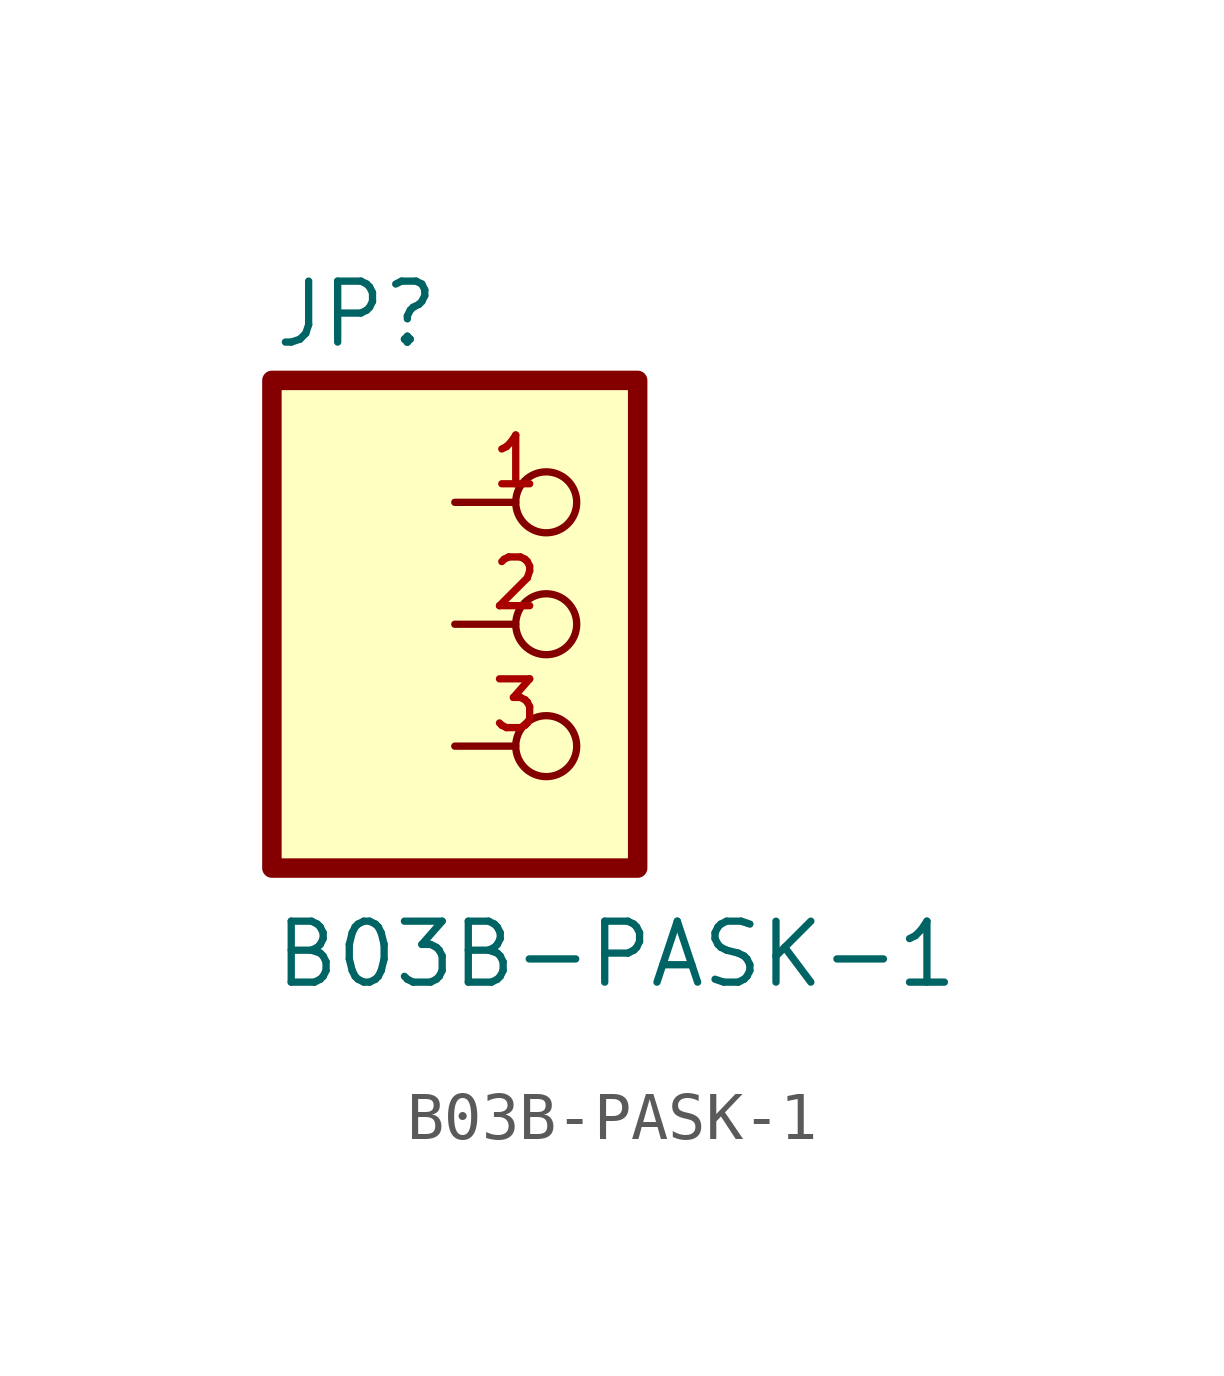
<source format=kicad_sym>
(kicad_symbol_lib
  (version 20211014)
  (generator kicad_symbol_editor)
  (symbol "B03B-PASK-1"
    (pin_names
      (offset 1.016))
    (property "Reference" "JP"
      (at -6.35 5.715 0)
      (effects (font (size 1.27 1.27)) (justify bottom left)))
    (property "Value" "B03B-PASK-1"
      (at -6.35 -7.62 0)
      (effects (font (size 1.27 1.27)) (justify bottom left)))
    (symbol "B03B-PASK-1_0_0"
      (rectangle (start -6.35 -5.08) (end 1.27 5.08) (stroke (width 0.406)) (fill (type background)))
      (pin passive inverted (at -2.54 2.54 0) (length 2.54) (name "~" (effects (font (size 1.016 1.016)))) (number "1" (effects (font (size 1.016 1.016)))))
      (pin passive inverted (at -2.54 0.0 0) (length 2.54) (name "~" (effects (font (size 1.016 1.016)))) (number "2" (effects (font (size 1.016 1.016)))))
      (pin passive inverted (at -2.54 -2.54 0) (length 2.54) (name "~" (effects (font (size 1.016 1.016)))) (number "3" (effects (font (size 1.016 1.016))))))))
</source>
